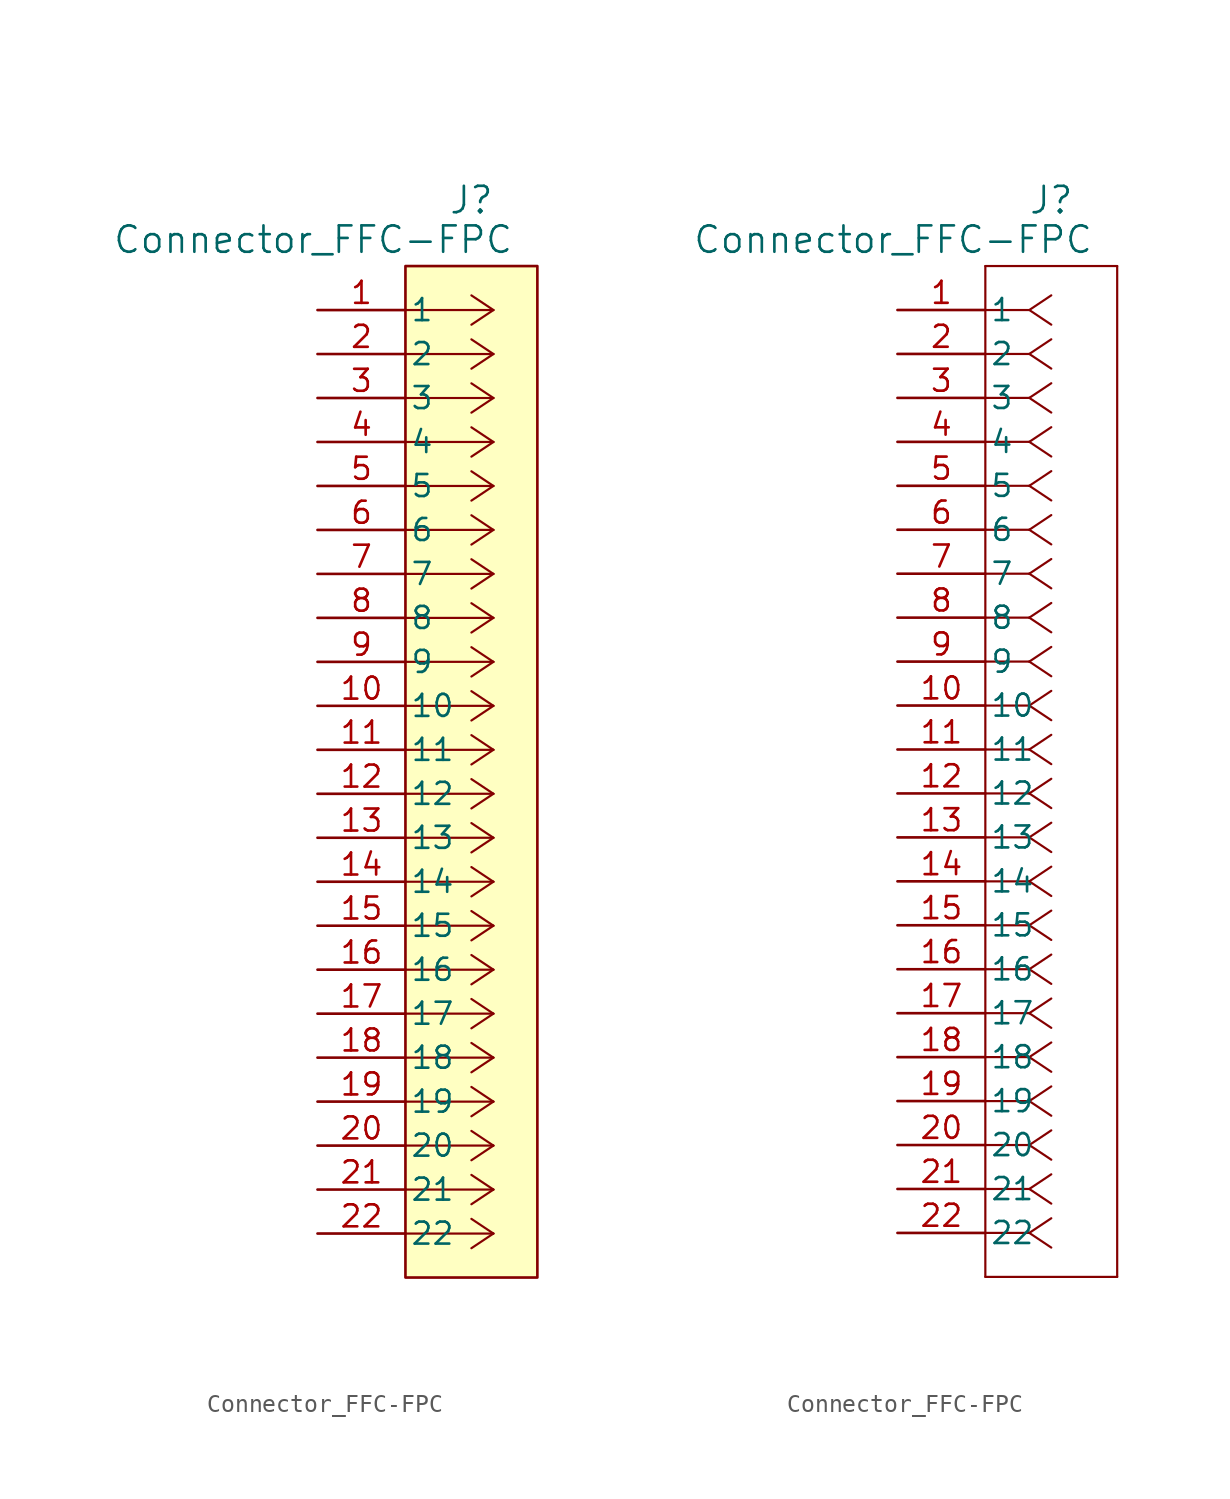
<source format=kicad_sym>
(kicad_symbol_lib
  (version 20241209)
  (generator "kicad_symbol_editor")
  (generator_version "9.0")
  (symbol "Connector_FFC-FPC"
    (pin_names
      (offset 0.254))
    (property "Reference" "J"
      (at 8.89 6.35 0)
      (effects (font (size 1.524 1.524))))
    (property "Value" "Connector_FFC-FPC"
      (at -0.254 4.064 0)
      (effects (font (size 1.524 1.524))))
    (symbol "Connector_FFC-FPC_1_1"
      (rectangle (start 5.08 2.54) (end 12.7 -55.88) (stroke (width 0) (type solid)) (fill (type color) (color 255 255 194 1)))
      (polyline (pts (xy 10.16 0) (xy 5.08 0)) (stroke (width 0.127) (type default)) (fill (type none)))
      (polyline (pts (xy 10.16 0) (xy 8.89 0.847)) (stroke (width 0.127) (type default)) (fill (type none)))
      (polyline (pts (xy 10.16 0) (xy 8.89 -0.847)) (stroke (width 0.127) (type default)) (fill (type none)))
      (polyline (pts (xy 10.16 -2.54) (xy 5.08 -2.54)) (stroke (width 0.127) (type default)) (fill (type none)))
      (polyline (pts (xy 10.16 -2.54) (xy 8.89 -1.693)) (stroke (width 0.127) (type default)) (fill (type none)))
      (polyline (pts (xy 10.16 -2.54) (xy 8.89 -3.387)) (stroke (width 0.127) (type default)) (fill (type none)))
      (polyline (pts (xy 10.16 -5.08) (xy 5.08 -5.08)) (stroke (width 0.127) (type default)) (fill (type none)))
      (polyline (pts (xy 10.16 -5.08) (xy 8.89 -4.233)) (stroke (width 0.127) (type default)) (fill (type none)))
      (polyline (pts (xy 10.16 -5.08) (xy 8.89 -5.927)) (stroke (width 0.127) (type default)) (fill (type none)))
      (polyline (pts (xy 10.16 -7.62) (xy 5.08 -7.62)) (stroke (width 0.127) (type default)) (fill (type none)))
      (polyline (pts (xy 10.16 -7.62) (xy 8.89 -6.773)) (stroke (width 0.127) (type default)) (fill (type none)))
      (polyline (pts (xy 10.16 -7.62) (xy 8.89 -8.467)) (stroke (width 0.127) (type default)) (fill (type none)))
      (polyline (pts (xy 10.16 -10.16) (xy 5.08 -10.16)) (stroke (width 0.127) (type default)) (fill (type none)))
      (polyline (pts (xy 10.16 -10.16) (xy 8.89 -9.313)) (stroke (width 0.127) (type default)) (fill (type none)))
      (polyline (pts (xy 10.16 -10.16) (xy 8.89 -11.007)) (stroke (width 0.127) (type default)) (fill (type none)))
      (polyline (pts (xy 10.16 -12.7) (xy 5.08 -12.7)) (stroke (width 0.127) (type default)) (fill (type none)))
      (polyline (pts (xy 10.16 -12.7) (xy 8.89 -11.853)) (stroke (width 0.127) (type default)) (fill (type none)))
      (polyline (pts (xy 10.16 -12.7) (xy 8.89 -13.547)) (stroke (width 0.127) (type default)) (fill (type none)))
      (polyline (pts (xy 10.16 -15.24) (xy 5.08 -15.24)) (stroke (width 0.127) (type default)) (fill (type none)))
      (polyline (pts (xy 10.16 -15.24) (xy 8.89 -14.393)) (stroke (width 0.127) (type default)) (fill (type none)))
      (polyline (pts (xy 10.16 -15.24) (xy 8.89 -16.087)) (stroke (width 0.127) (type default)) (fill (type none)))
      (polyline (pts (xy 10.16 -17.78) (xy 5.08 -17.78)) (stroke (width 0.127) (type default)) (fill (type none)))
      (polyline (pts (xy 10.16 -17.78) (xy 8.89 -16.933)) (stroke (width 0.127) (type default)) (fill (type none)))
      (polyline (pts (xy 10.16 -17.78) (xy 8.89 -18.627)) (stroke (width 0.127) (type default)) (fill (type none)))
      (polyline (pts (xy 10.16 -20.32) (xy 5.08 -20.32)) (stroke (width 0.127) (type default)) (fill (type none)))
      (polyline (pts (xy 10.16 -20.32) (xy 8.89 -19.473)) (stroke (width 0.127) (type default)) (fill (type none)))
      (polyline (pts (xy 10.16 -20.32) (xy 8.89 -21.167)) (stroke (width 0.127) (type default)) (fill (type none)))
      (polyline (pts (xy 10.16 -22.86) (xy 5.08 -22.86)) (stroke (width 0.127) (type default)) (fill (type none)))
      (polyline (pts (xy 10.16 -22.86) (xy 8.89 -22.013)) (stroke (width 0.127) (type default)) (fill (type none)))
      (polyline (pts (xy 10.16 -22.86) (xy 8.89 -23.707)) (stroke (width 0.127) (type default)) (fill (type none)))
      (polyline (pts (xy 10.16 -25.4) (xy 5.08 -25.4)) (stroke (width 0.127) (type default)) (fill (type none)))
      (polyline (pts (xy 10.16 -25.4) (xy 8.89 -24.553)) (stroke (width 0.127) (type default)) (fill (type none)))
      (polyline (pts (xy 10.16 -25.4) (xy 8.89 -26.247)) (stroke (width 0.127) (type default)) (fill (type none)))
      (polyline (pts (xy 10.16 -27.94) (xy 5.08 -27.94)) (stroke (width 0.127) (type default)) (fill (type none)))
      (polyline (pts (xy 10.16 -27.94) (xy 8.89 -27.093)) (stroke (width 0.127) (type default)) (fill (type none)))
      (polyline (pts (xy 10.16 -27.94) (xy 8.89 -28.787)) (stroke (width 0.127) (type default)) (fill (type none)))
      (polyline (pts (xy 10.16 -30.48) (xy 5.08 -30.48)) (stroke (width 0.127) (type default)) (fill (type none)))
      (polyline (pts (xy 10.16 -30.48) (xy 8.89 -29.633)) (stroke (width 0.127) (type default)) (fill (type none)))
      (polyline (pts (xy 10.16 -30.48) (xy 8.89 -31.327)) (stroke (width 0.127) (type default)) (fill (type none)))
      (polyline (pts (xy 10.16 -33.02) (xy 5.08 -33.02)) (stroke (width 0.127) (type default)) (fill (type none)))
      (polyline (pts (xy 10.16 -33.02) (xy 8.89 -32.173)) (stroke (width 0.127) (type default)) (fill (type none)))
      (polyline (pts (xy 10.16 -33.02) (xy 8.89 -33.867)) (stroke (width 0.127) (type default)) (fill (type none)))
      (polyline (pts (xy 10.16 -35.56) (xy 5.08 -35.56)) (stroke (width 0.127) (type default)) (fill (type none)))
      (polyline (pts (xy 10.16 -35.56) (xy 8.89 -34.713)) (stroke (width 0.127) (type default)) (fill (type none)))
      (polyline (pts (xy 10.16 -35.56) (xy 8.89 -36.407)) (stroke (width 0.127) (type default)) (fill (type none)))
      (polyline (pts (xy 10.16 -38.1) (xy 5.08 -38.1)) (stroke (width 0.127) (type default)) (fill (type none)))
      (polyline (pts (xy 10.16 -38.1) (xy 8.89 -37.253)) (stroke (width 0.127) (type default)) (fill (type none)))
      (polyline (pts (xy 10.16 -38.1) (xy 8.89 -38.947)) (stroke (width 0.127) (type default)) (fill (type none)))
      (polyline (pts (xy 10.16 -40.64) (xy 5.08 -40.64)) (stroke (width 0.127) (type default)) (fill (type none)))
      (polyline (pts (xy 10.16 -40.64) (xy 8.89 -39.793)) (stroke (width 0.127) (type default)) (fill (type none)))
      (polyline (pts (xy 10.16 -40.64) (xy 8.89 -41.487)) (stroke (width 0.127) (type default)) (fill (type none)))
      (polyline (pts (xy 10.16 -43.18) (xy 5.08 -43.18)) (stroke (width 0.127) (type default)) (fill (type none)))
      (polyline (pts (xy 10.16 -43.18) (xy 8.89 -42.333)) (stroke (width 0.127) (type default)) (fill (type none)))
      (polyline (pts (xy 10.16 -43.18) (xy 8.89 -44.027)) (stroke (width 0.127) (type default)) (fill (type none)))
      (polyline (pts (xy 10.16 -45.72) (xy 5.08 -45.72)) (stroke (width 0.127) (type default)) (fill (type none)))
      (polyline (pts (xy 10.16 -45.72) (xy 8.89 -44.873)) (stroke (width 0.127) (type default)) (fill (type none)))
      (polyline (pts (xy 10.16 -45.72) (xy 8.89 -46.567)) (stroke (width 0.127) (type default)) (fill (type none)))
      (polyline (pts (xy 10.16 -48.26) (xy 5.08 -48.26)) (stroke (width 0.127) (type default)) (fill (type none)))
      (polyline (pts (xy 10.16 -48.26) (xy 8.89 -47.413)) (stroke (width 0.127) (type default)) (fill (type none)))
      (polyline (pts (xy 10.16 -48.26) (xy 8.89 -49.107)) (stroke (width 0.127) (type default)) (fill (type none)))
      (polyline (pts (xy 10.16 -50.8) (xy 5.08 -50.8)) (stroke (width 0.127) (type default)) (fill (type none)))
      (polyline (pts (xy 10.16 -50.8) (xy 8.89 -49.953)) (stroke (width 0.127) (type default)) (fill (type none)))
      (polyline (pts (xy 10.16 -50.8) (xy 8.89 -51.647)) (stroke (width 0.127) (type default)) (fill (type none)))
      (polyline (pts (xy 10.16 -53.34) (xy 5.08 -53.34)) (stroke (width 0.127) (type default)) (fill (type none)))
      (polyline (pts (xy 10.16 -53.34) (xy 8.89 -52.493)) (stroke (width 0.127) (type default)) (fill (type none)))
      (polyline (pts (xy 10.16 -53.34) (xy 8.89 -54.187)) (stroke (width 0.127) (type default)) (fill (type none)))
      (pin unspecified line (at 0 0 0) (length 5.08) (name "1" (effects (font (size 1.27 1.27)))) (number "1" (effects (font (size 1.27 1.27)))))
      (pin unspecified line (at 0 -2.54 0) (length 5.08) (name "2" (effects (font (size 1.27 1.27)))) (number "2" (effects (font (size 1.27 1.27)))))
      (pin unspecified line (at 0 -5.08 0) (length 5.08) (name "3" (effects (font (size 1.27 1.27)))) (number "3" (effects (font (size 1.27 1.27)))))
      (pin unspecified line (at 0 -7.62 0) (length 5.08) (name "4" (effects (font (size 1.27 1.27)))) (number "4" (effects (font (size 1.27 1.27)))))
      (pin unspecified line (at 0 -10.16 0) (length 5.08) (name "5" (effects (font (size 1.27 1.27)))) (number "5" (effects (font (size 1.27 1.27)))))
      (pin unspecified line (at 0 -12.7 0) (length 5.08) (name "6" (effects (font (size 1.27 1.27)))) (number "6" (effects (font (size 1.27 1.27)))))
      (pin unspecified line (at 0 -15.24 0) (length 5.08) (name "7" (effects (font (size 1.27 1.27)))) (number "7" (effects (font (size 1.27 1.27)))))
      (pin unspecified line (at 0 -17.78 0) (length 5.08) (name "8" (effects (font (size 1.27 1.27)))) (number "8" (effects (font (size 1.27 1.27)))))
      (pin unspecified line (at 0 -20.32 0) (length 5.08) (name "9" (effects (font (size 1.27 1.27)))) (number "9" (effects (font (size 1.27 1.27)))))
      (pin unspecified line (at 0 -22.86 0) (length 5.08) (name "10" (effects (font (size 1.27 1.27)))) (number "10" (effects (font (size 1.27 1.27)))))
      (pin unspecified line (at 0 -25.4 0) (length 5.08) (name "11" (effects (font (size 1.27 1.27)))) (number "11" (effects (font (size 1.27 1.27)))))
      (pin unspecified line (at 0 -27.94 0) (length 5.08) (name "12" (effects (font (size 1.27 1.27)))) (number "12" (effects (font (size 1.27 1.27)))))
      (pin unspecified line (at 0 -30.48 0) (length 5.08) (name "13" (effects (font (size 1.27 1.27)))) (number "13" (effects (font (size 1.27 1.27)))))
      (pin unspecified line (at 0 -33.02 0) (length 5.08) (name "14" (effects (font (size 1.27 1.27)))) (number "14" (effects (font (size 1.27 1.27)))))
      (pin unspecified line (at 0 -35.56 0) (length 5.08) (name "15" (effects (font (size 1.27 1.27)))) (number "15" (effects (font (size 1.27 1.27)))))
      (pin unspecified line (at 0 -38.1 0) (length 5.08) (name "16" (effects (font (size 1.27 1.27)))) (number "16" (effects (font (size 1.27 1.27)))))
      (pin unspecified line (at 0 -40.64 0) (length 5.08) (name "17" (effects (font (size 1.27 1.27)))) (number "17" (effects (font (size 1.27 1.27)))))
      (pin unspecified line (at 0 -43.18 0) (length 5.08) (name "18" (effects (font (size 1.27 1.27)))) (number "18" (effects (font (size 1.27 1.27)))))
      (pin unspecified line (at 0 -45.72 0) (length 5.08) (name "19" (effects (font (size 1.27 1.27)))) (number "19" (effects (font (size 1.27 1.27)))))
      (pin unspecified line (at 0 -48.26 0) (length 5.08) (name "20" (effects (font (size 1.27 1.27)))) (number "20" (effects (font (size 1.27 1.27)))))
      (pin unspecified line (at 0 -50.8 0) (length 5.08) (name "21" (effects (font (size 1.27 1.27)))) (number "21" (effects (font (size 1.27 1.27)))))
      (pin unspecified line (at 0 -53.34 0) (length 5.08) (name "22" (effects (font (size 1.27 1.27)))) (number "22" (effects (font (size 1.27 1.27))))))
    (symbol "Connector_FFC-FPC_1_2"
      (polyline (pts (xy 5.08 2.54) (xy 5.08 -55.88)) (stroke (width 0.127) (type default)) (fill (type none)))
      (polyline (pts (xy 5.08 -55.88) (xy 12.7 -55.88)) (stroke (width 0.127) (type default)) (fill (type none)))
      (polyline (pts (xy 7.62 0) (xy 5.08 0)) (stroke (width 0.127) (type default)) (fill (type none)))
      (polyline (pts (xy 7.62 0) (xy 8.89 0.847)) (stroke (width 0.127) (type default)) (fill (type none)))
      (polyline (pts (xy 7.62 0) (xy 8.89 -0.847)) (stroke (width 0.127) (type default)) (fill (type none)))
      (polyline (pts (xy 7.62 -2.54) (xy 5.08 -2.54)) (stroke (width 0.127) (type default)) (fill (type none)))
      (polyline (pts (xy 7.62 -2.54) (xy 8.89 -1.693)) (stroke (width 0.127) (type default)) (fill (type none)))
      (polyline (pts (xy 7.62 -2.54) (xy 8.89 -3.387)) (stroke (width 0.127) (type default)) (fill (type none)))
      (polyline (pts (xy 7.62 -5.08) (xy 5.08 -5.08)) (stroke (width 0.127) (type default)) (fill (type none)))
      (polyline (pts (xy 7.62 -5.08) (xy 8.89 -4.233)) (stroke (width 0.127) (type default)) (fill (type none)))
      (polyline (pts (xy 7.62 -5.08) (xy 8.89 -5.927)) (stroke (width 0.127) (type default)) (fill (type none)))
      (polyline (pts (xy 7.62 -7.62) (xy 5.08 -7.62)) (stroke (width 0.127) (type default)) (fill (type none)))
      (polyline (pts (xy 7.62 -7.62) (xy 8.89 -6.773)) (stroke (width 0.127) (type default)) (fill (type none)))
      (polyline (pts (xy 7.62 -7.62) (xy 8.89 -8.467)) (stroke (width 0.127) (type default)) (fill (type none)))
      (polyline (pts (xy 7.62 -10.16) (xy 5.08 -10.16)) (stroke (width 0.127) (type default)) (fill (type none)))
      (polyline (pts (xy 7.62 -10.16) (xy 8.89 -9.313)) (stroke (width 0.127) (type default)) (fill (type none)))
      (polyline (pts (xy 7.62 -10.16) (xy 8.89 -11.007)) (stroke (width 0.127) (type default)) (fill (type none)))
      (polyline (pts (xy 7.62 -12.7) (xy 5.08 -12.7)) (stroke (width 0.127) (type default)) (fill (type none)))
      (polyline (pts (xy 7.62 -12.7) (xy 8.89 -11.853)) (stroke (width 0.127) (type default)) (fill (type none)))
      (polyline (pts (xy 7.62 -12.7) (xy 8.89 -13.547)) (stroke (width 0.127) (type default)) (fill (type none)))
      (polyline (pts (xy 7.62 -15.24) (xy 5.08 -15.24)) (stroke (width 0.127) (type default)) (fill (type none)))
      (polyline (pts (xy 7.62 -15.24) (xy 8.89 -14.393)) (stroke (width 0.127) (type default)) (fill (type none)))
      (polyline (pts (xy 7.62 -15.24) (xy 8.89 -16.087)) (stroke (width 0.127) (type default)) (fill (type none)))
      (polyline (pts (xy 7.62 -17.78) (xy 5.08 -17.78)) (stroke (width 0.127) (type default)) (fill (type none)))
      (polyline (pts (xy 7.62 -17.78) (xy 8.89 -16.933)) (stroke (width 0.127) (type default)) (fill (type none)))
      (polyline (pts (xy 7.62 -17.78) (xy 8.89 -18.627)) (stroke (width 0.127) (type default)) (fill (type none)))
      (polyline (pts (xy 7.62 -20.32) (xy 5.08 -20.32)) (stroke (width 0.127) (type default)) (fill (type none)))
      (polyline (pts (xy 7.62 -20.32) (xy 8.89 -19.473)) (stroke (width 0.127) (type default)) (fill (type none)))
      (polyline (pts (xy 7.62 -20.32) (xy 8.89 -21.167)) (stroke (width 0.127) (type default)) (fill (type none)))
      (polyline (pts (xy 7.62 -22.86) (xy 5.08 -22.86)) (stroke (width 0.127) (type default)) (fill (type none)))
      (polyline (pts (xy 7.62 -22.86) (xy 8.89 -22.013)) (stroke (width 0.127) (type default)) (fill (type none)))
      (polyline (pts (xy 7.62 -22.86) (xy 8.89 -23.707)) (stroke (width 0.127) (type default)) (fill (type none)))
      (polyline (pts (xy 7.62 -25.4) (xy 5.08 -25.4)) (stroke (width 0.127) (type default)) (fill (type none)))
      (polyline (pts (xy 7.62 -25.4) (xy 8.89 -24.553)) (stroke (width 0.127) (type default)) (fill (type none)))
      (polyline (pts (xy 7.62 -25.4) (xy 8.89 -26.247)) (stroke (width 0.127) (type default)) (fill (type none)))
      (polyline (pts (xy 7.62 -27.94) (xy 5.08 -27.94)) (stroke (width 0.127) (type default)) (fill (type none)))
      (polyline (pts (xy 7.62 -27.94) (xy 8.89 -27.093)) (stroke (width 0.127) (type default)) (fill (type none)))
      (polyline (pts (xy 7.62 -27.94) (xy 8.89 -28.787)) (stroke (width 0.127) (type default)) (fill (type none)))
      (polyline (pts (xy 7.62 -30.48) (xy 5.08 -30.48)) (stroke (width 0.127) (type default)) (fill (type none)))
      (polyline (pts (xy 7.62 -30.48) (xy 8.89 -29.633)) (stroke (width 0.127) (type default)) (fill (type none)))
      (polyline (pts (xy 7.62 -30.48) (xy 8.89 -31.327)) (stroke (width 0.127) (type default)) (fill (type none)))
      (polyline (pts (xy 7.62 -33.02) (xy 5.08 -33.02)) (stroke (width 0.127) (type default)) (fill (type none)))
      (polyline (pts (xy 7.62 -33.02) (xy 8.89 -32.173)) (stroke (width 0.127) (type default)) (fill (type none)))
      (polyline (pts (xy 7.62 -33.02) (xy 8.89 -33.867)) (stroke (width 0.127) (type default)) (fill (type none)))
      (polyline (pts (xy 7.62 -35.56) (xy 5.08 -35.56)) (stroke (width 0.127) (type default)) (fill (type none)))
      (polyline (pts (xy 7.62 -35.56) (xy 8.89 -34.713)) (stroke (width 0.127) (type default)) (fill (type none)))
      (polyline (pts (xy 7.62 -35.56) (xy 8.89 -36.407)) (stroke (width 0.127) (type default)) (fill (type none)))
      (polyline (pts (xy 7.62 -38.1) (xy 5.08 -38.1)) (stroke (width 0.127) (type default)) (fill (type none)))
      (polyline (pts (xy 7.62 -38.1) (xy 8.89 -37.253)) (stroke (width 0.127) (type default)) (fill (type none)))
      (polyline (pts (xy 7.62 -38.1) (xy 8.89 -38.947)) (stroke (width 0.127) (type default)) (fill (type none)))
      (polyline (pts (xy 7.62 -40.64) (xy 5.08 -40.64)) (stroke (width 0.127) (type default)) (fill (type none)))
      (polyline (pts (xy 7.62 -40.64) (xy 8.89 -39.793)) (stroke (width 0.127) (type default)) (fill (type none)))
      (polyline (pts (xy 7.62 -40.64) (xy 8.89 -41.487)) (stroke (width 0.127) (type default)) (fill (type none)))
      (polyline (pts (xy 7.62 -43.18) (xy 5.08 -43.18)) (stroke (width 0.127) (type default)) (fill (type none)))
      (polyline (pts (xy 7.62 -43.18) (xy 8.89 -42.333)) (stroke (width 0.127) (type default)) (fill (type none)))
      (polyline (pts (xy 7.62 -43.18) (xy 8.89 -44.027)) (stroke (width 0.127) (type default)) (fill (type none)))
      (polyline (pts (xy 7.62 -45.72) (xy 5.08 -45.72)) (stroke (width 0.127) (type default)) (fill (type none)))
      (polyline (pts (xy 7.62 -45.72) (xy 8.89 -44.873)) (stroke (width 0.127) (type default)) (fill (type none)))
      (polyline (pts (xy 7.62 -45.72) (xy 8.89 -46.567)) (stroke (width 0.127) (type default)) (fill (type none)))
      (polyline (pts (xy 7.62 -48.26) (xy 5.08 -48.26)) (stroke (width 0.127) (type default)) (fill (type none)))
      (polyline (pts (xy 7.62 -48.26) (xy 8.89 -47.413)) (stroke (width 0.127) (type default)) (fill (type none)))
      (polyline (pts (xy 7.62 -48.26) (xy 8.89 -49.107)) (stroke (width 0.127) (type default)) (fill (type none)))
      (polyline (pts (xy 7.62 -50.8) (xy 5.08 -50.8)) (stroke (width 0.127) (type default)) (fill (type none)))
      (polyline (pts (xy 7.62 -50.8) (xy 8.89 -49.953)) (stroke (width 0.127) (type default)) (fill (type none)))
      (polyline (pts (xy 7.62 -50.8) (xy 8.89 -51.647)) (stroke (width 0.127) (type default)) (fill (type none)))
      (polyline (pts (xy 7.62 -53.34) (xy 5.08 -53.34)) (stroke (width 0.127) (type default)) (fill (type none)))
      (polyline (pts (xy 7.62 -53.34) (xy 8.89 -52.493)) (stroke (width 0.127) (type default)) (fill (type none)))
      (polyline (pts (xy 7.62 -53.34) (xy 8.89 -54.187)) (stroke (width 0.127) (type default)) (fill (type none)))
      (polyline (pts (xy 12.7 2.54) (xy 5.08 2.54)) (stroke (width 0.127) (type default)) (fill (type none)))
      (polyline (pts (xy 12.7 -55.88) (xy 12.7 2.54)) (stroke (width 0.127) (type default)) (fill (type none)))
      (pin unspecified line (at 0 0 0) (length 5.08) (name "1" (effects (font (size 1.27 1.27)))) (number "1" (effects (font (size 1.27 1.27)))))
      (pin unspecified line (at 0 -2.54 0) (length 5.08) (name "2" (effects (font (size 1.27 1.27)))) (number "2" (effects (font (size 1.27 1.27)))))
      (pin unspecified line (at 0 -5.08 0) (length 5.08) (name "3" (effects (font (size 1.27 1.27)))) (number "3" (effects (font (size 1.27 1.27)))))
      (pin unspecified line (at 0 -7.62 0) (length 5.08) (name "4" (effects (font (size 1.27 1.27)))) (number "4" (effects (font (size 1.27 1.27)))))
      (pin unspecified line (at 0 -10.16 0) (length 5.08) (name "5" (effects (font (size 1.27 1.27)))) (number "5" (effects (font (size 1.27 1.27)))))
      (pin unspecified line (at 0 -12.7 0) (length 5.08) (name "6" (effects (font (size 1.27 1.27)))) (number "6" (effects (font (size 1.27 1.27)))))
      (pin unspecified line (at 0 -15.24 0) (length 5.08) (name "7" (effects (font (size 1.27 1.27)))) (number "7" (effects (font (size 1.27 1.27)))))
      (pin unspecified line (at 0 -17.78 0) (length 5.08) (name "8" (effects (font (size 1.27 1.27)))) (number "8" (effects (font (size 1.27 1.27)))))
      (pin unspecified line (at 0 -20.32 0) (length 5.08) (name "9" (effects (font (size 1.27 1.27)))) (number "9" (effects (font (size 1.27 1.27)))))
      (pin unspecified line (at 0 -22.86 0) (length 5.08) (name "10" (effects (font (size 1.27 1.27)))) (number "10" (effects (font (size 1.27 1.27)))))
      (pin unspecified line (at 0 -25.4 0) (length 5.08) (name "11" (effects (font (size 1.27 1.27)))) (number "11" (effects (font (size 1.27 1.27)))))
      (pin unspecified line (at 0 -27.94 0) (length 5.08) (name "12" (effects (font (size 1.27 1.27)))) (number "12" (effects (font (size 1.27 1.27)))))
      (pin unspecified line (at 0 -30.48 0) (length 5.08) (name "13" (effects (font (size 1.27 1.27)))) (number "13" (effects (font (size 1.27 1.27)))))
      (pin unspecified line (at 0 -33.02 0) (length 5.08) (name "14" (effects (font (size 1.27 1.27)))) (number "14" (effects (font (size 1.27 1.27)))))
      (pin unspecified line (at 0 -35.56 0) (length 5.08) (name "15" (effects (font (size 1.27 1.27)))) (number "15" (effects (font (size 1.27 1.27)))))
      (pin unspecified line (at 0 -38.1 0) (length 5.08) (name "16" (effects (font (size 1.27 1.27)))) (number "16" (effects (font (size 1.27 1.27)))))
      (pin unspecified line (at 0 -40.64 0) (length 5.08) (name "17" (effects (font (size 1.27 1.27)))) (number "17" (effects (font (size 1.27 1.27)))))
      (pin unspecified line (at 0 -43.18 0) (length 5.08) (name "18" (effects (font (size 1.27 1.27)))) (number "18" (effects (font (size 1.27 1.27)))))
      (pin unspecified line (at 0 -45.72 0) (length 5.08) (name "19" (effects (font (size 1.27 1.27)))) (number "19" (effects (font (size 1.27 1.27)))))
      (pin unspecified line (at 0 -48.26 0) (length 5.08) (name "20" (effects (font (size 1.27 1.27)))) (number "20" (effects (font (size 1.27 1.27)))))
      (pin unspecified line (at 0 -50.8 0) (length 5.08) (name "21" (effects (font (size 1.27 1.27)))) (number "21" (effects (font (size 1.27 1.27)))))
      (pin unspecified line (at 0 -53.34 0) (length 5.08) (name "22" (effects (font (size 1.27 1.27)))) (number "22" (effects (font (size 1.27 1.27))))))))
</source>
